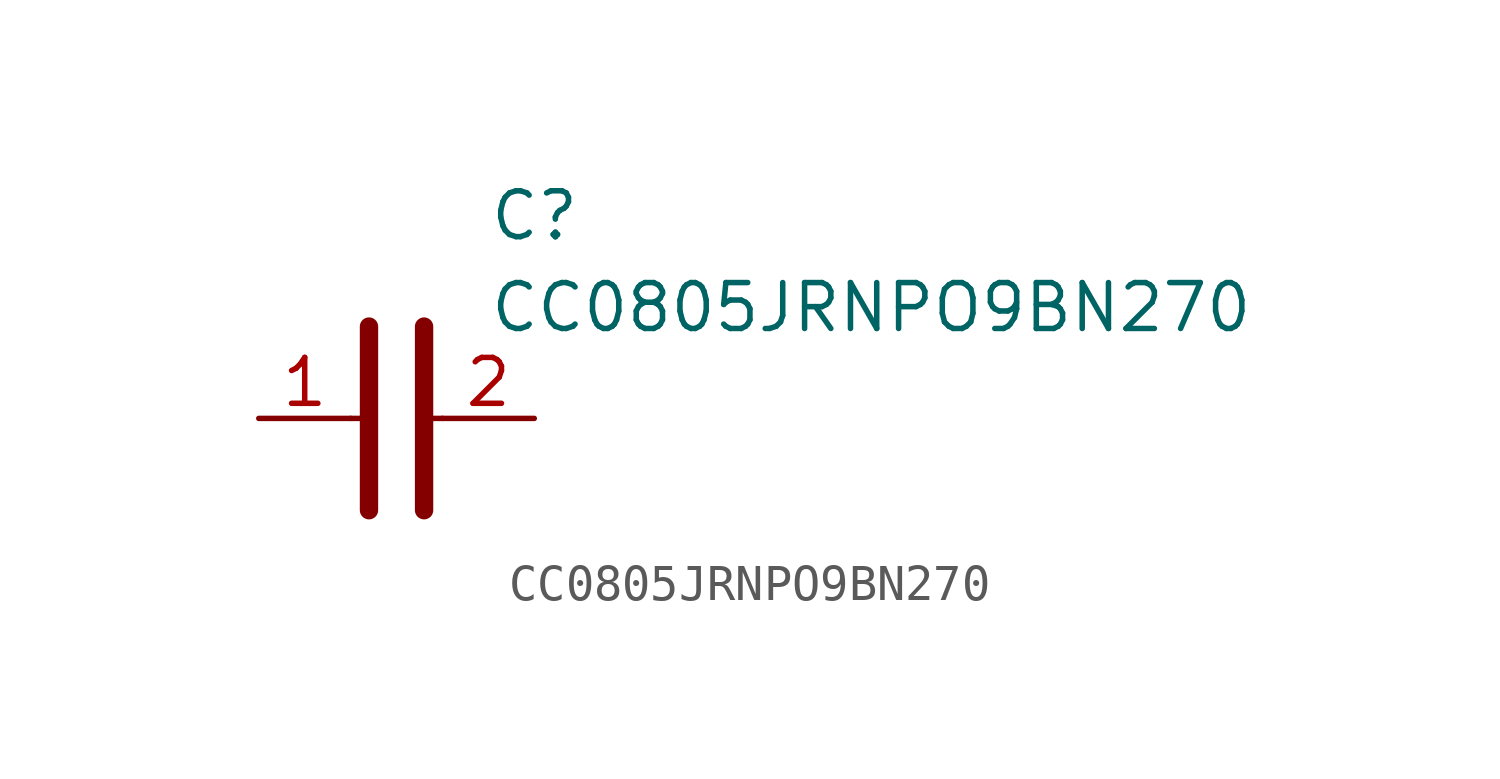
<source format=kicad_sym>
(kicad_symbol_lib
  (version 20231120)
  (generator "kicad_symbol_editor")
  (generator_version "8.0")
  (symbol "CC0805JRNPO9BN270"
    (pin_names hide)
    (property "Reference" "C"
      (at 8.89 6.35 0)
      (effects (font (size 1.27 1.27)) (justify left top)))
    (property "Value" "CC0805JRNPO9BN270"
      (at 8.89 3.81 0)
      (effects (font (size 1.27 1.27)) (justify left top)))
    (symbol "CC0805JRNPO9BN270_1_1"
      (polyline (pts (xy 5.08 0) (xy 5.588 0)) (stroke (width 0.152) (type default)) (fill (type none)))
      (polyline (pts (xy 5.588 2.54) (xy 5.588 -2.54)) (stroke (width 0.508) (type default)) (fill (type none)))
      (polyline (pts (xy 7.112 0) (xy 7.62 0)) (stroke (width 0.152) (type default)) (fill (type none)))
      (polyline (pts (xy 7.112 2.54) (xy 7.112 -2.54)) (stroke (width 0.508) (type default)) (fill (type none)))
      (pin passive line (at 2.54 0 0) (length 2.54) (name "1" (effects (font (size 1.27 1.27)))) (number "1" (effects (font (size 1.27 1.27)))))
      (pin passive line (at 10.16 0 180) (length 2.54) (name "2" (effects (font (size 1.27 1.27)))) (number "2" (effects (font (size 1.27 1.27))))))))
</source>
